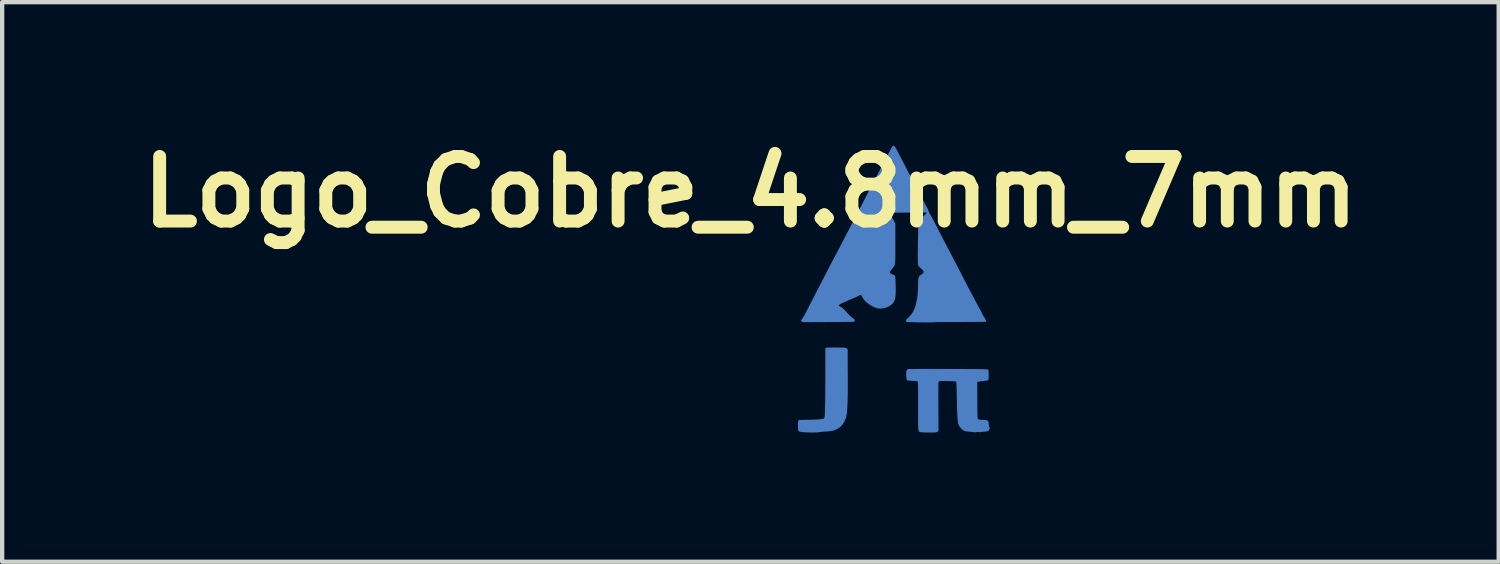
<source format=kicad_pcb>
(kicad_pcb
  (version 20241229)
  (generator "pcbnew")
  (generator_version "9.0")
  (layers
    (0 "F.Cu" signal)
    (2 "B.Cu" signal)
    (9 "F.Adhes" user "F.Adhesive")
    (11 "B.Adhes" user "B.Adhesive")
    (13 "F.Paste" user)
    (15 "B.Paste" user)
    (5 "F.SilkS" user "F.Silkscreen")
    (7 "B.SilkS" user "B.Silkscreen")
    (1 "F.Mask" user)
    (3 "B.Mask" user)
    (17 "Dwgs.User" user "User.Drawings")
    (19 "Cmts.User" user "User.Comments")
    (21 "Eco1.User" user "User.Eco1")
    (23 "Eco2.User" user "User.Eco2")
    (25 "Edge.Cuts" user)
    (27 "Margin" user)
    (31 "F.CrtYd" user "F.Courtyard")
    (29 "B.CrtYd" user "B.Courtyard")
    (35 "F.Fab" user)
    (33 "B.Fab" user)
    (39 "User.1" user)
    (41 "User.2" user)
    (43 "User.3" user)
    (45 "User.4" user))
  (footprint "Logo_Cobre_4.8mm_7mm"
    (layer "F.Cu")
    (at 17.673 3.69)
    (property "Reference" "Logo_Cobre_4.8mm_7mm" (at -3.302 -2.286 0) (layer "F.SilkS") (effects (font (size 1.5 1.5) (thickness 0.3))))
    (attr board_only exclude_from_pos_files exclude_from_bom)
    (fp_poly (pts (xy -1.32 1.327) (xy -1.299 1.327) (xy -1.233 1.328) (xy -1.181 1.329) (xy -1.142 1.33) (xy -1.114 1.332) (xy -1.095 1.334) (xy -1.081 1.337) (xy -1.073 1.34) (xy -1.066 1.345) (xy -1.063 1.348) (xy -1.044 1.367) (xy -1.042 1.889) (xy -1.041 2.048) (xy -1.041 2.192) (xy -1.041 2.32) (xy -1.043 2.434) (xy -1.044 2.535) (xy -1.047 2.624) (xy -1.051 2.701) (xy -1.055 2.768) (xy -1.06 2.826) (xy -1.066 2.874) (xy -1.073 2.915) (xy -1.081 2.949) (xy -1.09 2.978) (xy -1.093 2.985) (xy -1.13 3.064) (xy -1.173 3.128) (xy -1.224 3.178) (xy -1.283 3.218) (xy -1.354 3.248) (xy -1.396 3.26) (xy -1.43 3.267) (xy -1.476 3.273) (xy -1.529 3.278) (xy -1.58 3.281) (xy -1.625 3.284) (xy -1.663 3.287) (xy -1.692 3.29) (xy -1.708 3.293) (xy -1.711 3.294) (xy -1.721 3.297) (xy -1.744 3.299) (xy -1.779 3.3) (xy -1.823 3.301) (xy -1.872 3.301) (xy -1.924 3.3) (xy -1.976 3.298) (xy -2.024 3.297) (xy -2.067 3.294) (xy -2.102 3.292) (xy -2.123 3.289) (xy -2.152 3.282) (xy -2.175 3.275) (xy -2.187 3.268) (xy -2.187 3.268) (xy -2.191 3.252) (xy -2.195 3.224) (xy -2.197 3.187) (xy -2.199 3.147) (xy -2.198 3.108) (xy -2.197 3.074) (xy -2.193 3.049) (xy -2.193 3.046) (xy -2.182 3.01) (xy -1.933 3.005) (xy -1.847 3.003) (xy -1.776 3) (xy -1.719 2.997) (xy -1.674 2.993) (xy -1.64 2.988) (xy -1.615 2.982) (xy -1.598 2.975) (xy -1.588 2.968) (xy -1.584 2.959) (xy -1.581 2.939) (xy -1.577 2.908) (xy -1.574 2.865) (xy -1.572 2.81) (xy -1.57 2.743) (xy -1.568 2.662) (xy -1.566 2.567) (xy -1.565 2.457) (xy -1.564 2.333) (xy -1.563 2.194) (xy -1.563 2.038) (xy -1.563 1.944) (xy -1.562 1.342) (xy -1.539 1.334) (xy -1.523 1.331) (xy -1.492 1.329) (xy -1.446 1.328) (xy -1.389 1.327)) (stroke (width 0) (type solid)) (fill yes) (layer "B.Cu"))
    (fp_poly (pts (xy 1.04 1.825) (xy 1.159 1.825) (xy 1.281 1.826) (xy 1.284 1.826) (xy 1.433 1.826) (xy 1.566 1.827) (xy 1.684 1.827) (xy 1.788 1.828) (xy 1.878 1.828) (xy 1.955 1.829) (xy 2.02 1.83) (xy 2.074 1.831) (xy 2.118 1.832) (xy 2.152 1.833) (xy 2.178 1.835) (xy 2.196 1.836) (xy 2.206 1.838) (xy 2.21 1.839) (xy 2.218 1.844) (xy 2.223 1.852) (xy 2.227 1.864) (xy 2.228 1.884) (xy 2.229 1.915) (xy 2.229 1.96) (xy 2.229 1.963) (xy 2.229 2.011) (xy 2.227 2.046) (xy 2.225 2.068) (xy 2.22 2.081) (xy 2.217 2.085) (xy 2.204 2.09) (xy 2.178 2.096) (xy 2.145 2.101) (xy 2.126 2.104) (xy 2.07 2.11) (xy 2.029 2.115) (xy 1.999 2.119) (xy 1.981 2.123) (xy 1.97 2.127) (xy 1.965 2.132) (xy 1.964 2.138) (xy 1.964 2.138) (xy 1.964 2.15) (xy 1.964 2.176) (xy 1.965 2.216) (xy 1.965 2.268) (xy 1.965 2.329) (xy 1.965 2.399) (xy 1.966 2.476) (xy 1.966 2.558) (xy 1.966 2.561) (xy 1.966 2.658) (xy 1.967 2.739) (xy 1.968 2.806) (xy 1.969 2.859) (xy 1.97 2.902) (xy 1.971 2.934) (xy 1.973 2.957) (xy 1.975 2.973) (xy 1.978 2.982) (xy 1.979 2.985) (xy 1.987 2.993) (xy 1.999 2.998) (xy 2.02 3.001) (xy 2.051 3.004) (xy 2.087 3.006) (xy 2.138 3.009) (xy 2.176 3.014) (xy 2.201 3.022) (xy 2.216 3.036) (xy 2.225 3.056) (xy 2.229 3.084) (xy 2.231 3.105) (xy 2.234 3.142) (xy 2.239 3.165) (xy 2.244 3.173) (xy 2.254 3.184) (xy 2.254 3.203) (xy 2.247 3.227) (xy 2.233 3.249) (xy 2.231 3.251) (xy 2.22 3.262) (xy 2.209 3.27) (xy 2.193 3.275) (xy 2.169 3.278) (xy 2.134 3.281) (xy 2.117 3.282) (xy 2.08 3.285) (xy 2.049 3.288) (xy 2.028 3.292) (xy 2.021 3.295) (xy 2.012 3.297) (xy 2.005 3.293) (xy 1.987 3.287) (xy 1.97 3.288) (xy 1.938 3.294) (xy 1.909 3.297) (xy 1.886 3.296) (xy 1.879 3.293) (xy 1.867 3.29) (xy 1.843 3.287) (xy 1.809 3.284) (xy 1.779 3.281) (xy 1.731 3.278) (xy 1.696 3.272) (xy 1.67 3.265) (xy 1.651 3.257) (xy 1.611 3.229) (xy 1.573 3.189) (xy 1.542 3.145) (xy 1.53 3.119) (xy 1.523 3.097) (xy 1.517 3.067) (xy 1.512 3.027) (xy 1.507 2.977) (xy 1.503 2.916) (xy 1.499 2.842) (xy 1.496 2.755) (xy 1.493 2.653) (xy 1.491 2.537) (xy 1.489 2.456) (xy 1.488 2.367) (xy 1.486 2.294) (xy 1.484 2.235) (xy 1.482 2.19) (xy 1.48 2.156) (xy 1.478 2.134) (xy 1.476 2.121) (xy 1.473 2.116) (xy 1.462 2.115) (xy 1.436 2.113) (xy 1.399 2.111) (xy 1.353 2.109) (xy 1.3 2.108) (xy 1.278 2.107) (xy 1.216 2.105) (xy 1.17 2.104) (xy 1.135 2.105) (xy 1.111 2.106) (xy 1.094 2.108) (xy 1.084 2.111) (xy 1.077 2.115) (xy 1.073 2.118) (xy 1.07 2.122) (xy 1.068 2.129) (xy 1.066 2.138) (xy 1.064 2.153) (xy 1.063 2.174) (xy 1.062 2.201) (xy 1.062 2.237) (xy 1.061 2.283) (xy 1.061 2.339) (xy 1.061 2.408) (xy 1.061 2.49) (xy 1.062 2.586) (xy 1.062 2.697) (xy 1.065 3.266) (xy 1.04 3.284) (xy 1.031 3.29) (xy 1.021 3.294) (xy 1.007 3.297) (xy 0.987 3.299) (xy 0.959 3.301) (xy 0.92 3.301) (xy 0.868 3.301) (xy 0.835 3.301) (xy 0.763 3.3) (xy 0.707 3.298) (xy 0.667 3.296) (xy 0.643 3.292) (xy 0.636 3.29) (xy 0.627 3.285) (xy 0.62 3.281) (xy 0.613 3.277) (xy 0.608 3.27) (xy 0.603 3.261) (xy 0.6 3.247) (xy 0.597 3.228) (xy 0.595 3.202) (xy 0.593 3.168) (xy 0.592 3.124) (xy 0.592 3.071) (xy 0.591 3.006) (xy 0.591 2.927) (xy 0.591 2.835) (xy 0.591 2.728) (xy 0.591 2.693) (xy 0.591 2.58) (xy 0.591 2.482) (xy 0.591 2.399) (xy 0.59 2.329) (xy 0.59 2.272) (xy 0.589 2.225) (xy 0.588 2.189) (xy 0.587 2.161) (xy 0.585 2.142) (xy 0.583 2.128) (xy 0.581 2.12) (xy 0.579 2.117) (xy 0.568 2.111) (xy 0.546 2.107) (xy 0.511 2.104) (xy 0.462 2.101) (xy 0.456 2.101) (xy 0.405 2.098) (xy 0.369 2.095) (xy 0.346 2.091) (xy 0.334 2.086) (xy 0.333 2.085) (xy 0.326 2.069) (xy 0.32 2.038) (xy 0.316 1.991) (xy 0.316 1.984) (xy 0.314 1.925) (xy 0.318 1.881) (xy 0.329 1.85) (xy 0.345 1.833) (xy 0.356 1.828) (xy 0.367 1.828) (xy 0.394 1.827) (xy 0.435 1.827) (xy 0.49 1.826) (xy 0.557 1.826) (xy 0.636 1.825) (xy 0.725 1.825) (xy 0.822 1.825) (xy 0.928 1.825)) (stroke (width 0) (type solid)) (fill yes) (layer "B.Cu"))
    (fp_poly (pts (xy 0.034 -3.354) (xy 0.051 -3.336) (xy 0.072 -3.305) (xy 0.097 -3.261) (xy 0.128 -3.201) (xy 0.137 -3.183) (xy 0.167 -3.125) (xy 0.202 -3.058) (xy 0.237 -2.99) (xy 0.269 -2.928) (xy 0.281 -2.905) (xy 0.308 -2.852) (xy 0.34 -2.789) (xy 0.375 -2.722) (xy 0.409 -2.656) (xy 0.439 -2.597) (xy 0.464 -2.547) (xy 0.487 -2.503) (xy 0.507 -2.466) (xy 0.521 -2.438) (xy 0.53 -2.422) (xy 0.532 -2.419) (xy 0.538 -2.409) (xy 0.55 -2.387) (xy 0.567 -2.355) (xy 0.586 -2.318) (xy 0.593 -2.305) (xy 0.615 -2.264) (xy 0.636 -2.224) (xy 0.653 -2.191) (xy 0.666 -2.169) (xy 0.667 -2.166) (xy 0.679 -2.145) (xy 0.696 -2.114) (xy 0.716 -2.076) (xy 0.737 -2.036) (xy 0.737 -2.035) (xy 0.757 -1.996) (xy 0.776 -1.961) (xy 0.792 -1.934) (xy 0.801 -1.917) (xy 0.802 -1.917) (xy 0.825 -1.873) (xy 0.84 -1.825) (xy 0.841 -1.821) (xy 0.849 -1.799) (xy 0.863 -1.774) (xy 0.869 -1.766) (xy 0.879 -1.75) (xy 0.896 -1.722) (xy 0.917 -1.683) (xy 0.943 -1.636) (xy 0.97 -1.583) (xy 0.999 -1.528) (xy 1.045 -1.438) (xy 1.086 -1.358) (xy 1.124 -1.284) (xy 1.162 -1.211) (xy 1.201 -1.134) (xy 1.246 -1.049) (xy 1.259 -1.024) (xy 1.291 -0.964) (xy 1.318 -0.912) (xy 1.342 -0.865) (xy 1.365 -0.822) (xy 1.387 -0.779) (xy 1.41 -0.735) (xy 1.435 -0.688) (xy 1.463 -0.634) (xy 1.495 -0.572) (xy 1.533 -0.499) (xy 1.571 -0.426) (xy 1.591 -0.387) (xy 1.61 -0.35) (xy 1.625 -0.32) (xy 1.635 -0.301) (xy 1.636 -0.3) (xy 1.647 -0.276) (xy 1.657 -0.258) (xy 1.664 -0.244) (xy 1.678 -0.219) (xy 1.695 -0.185) (xy 1.715 -0.147) (xy 1.717 -0.144) (xy 1.739 -0.1) (xy 1.762 -0.057) (xy 1.782 -0.018) (xy 1.796 0.008) (xy 1.826 0.064) (xy 1.862 0.132) (xy 1.903 0.21) (xy 1.947 0.294) (xy 1.953 0.305) (xy 1.974 0.344) (xy 1.994 0.381) (xy 2.01 0.411) (xy 2.02 0.428) (xy 2.034 0.451) (xy 2.051 0.484) (xy 2.068 0.519) (xy 2.071 0.525) (xy 2.09 0.564) (xy 2.113 0.605) (xy 2.135 0.639) (xy 2.136 0.641) (xy 2.158 0.678) (xy 2.169 0.704) (xy 2.167 0.722) (xy 2.157 0.73) (xy 2.146 0.73) (xy 2.12 0.731) (xy 2.08 0.732) (xy 2.028 0.733) (xy 1.964 0.733) (xy 1.89 0.734) (xy 1.808 0.734) (xy 1.718 0.734) (xy 1.623 0.735) (xy 1.566 0.735) (xy 1.469 0.735) (xy 1.376 0.735) (xy 1.289 0.735) (xy 1.209 0.736) (xy 1.139 0.737) (xy 1.078 0.737) (xy 1.03 0.738) (xy 0.995 0.739) (xy 0.974 0.74) (xy 0.97 0.741) (xy 0.957 0.742) (xy 0.929 0.743) (xy 0.889 0.744) (xy 0.838 0.744) (xy 0.777 0.744) (xy 0.71 0.744) (xy 0.639 0.743) (xy 0.636 0.743) (xy 0.546 0.742) (xy 0.472 0.74) (xy 0.413 0.738) (xy 0.368 0.736) (xy 0.337 0.734) (xy 0.319 0.731) (xy 0.312 0.729) (xy 0.305 0.711) (xy 0.314 0.687) (xy 0.338 0.657) (xy 0.364 0.633) (xy 0.418 0.577) (xy 0.466 0.509) (xy 0.505 0.435) (xy 0.531 0.36) (xy 0.536 0.339) (xy 0.544 0.303) (xy 0.552 0.268) (xy 0.557 0.247) (xy 0.568 0.193) (xy 0.577 0.126) (xy 0.584 0.05) (xy 0.589 -0.031) (xy 0.591 -0.113) (xy 0.591 -0.124) (xy 0.592 -0.188) (xy 0.593 -0.237) (xy 0.597 -0.274) (xy 0.604 -0.302) (xy 0.615 -0.323) (xy 0.629 -0.34) (xy 0.648 -0.354) (xy 0.656 -0.36) (xy 0.687 -0.38) (xy 0.705 -0.395) (xy 0.715 -0.41) (xy 0.718 -0.426) (xy 0.718 -0.431) (xy 0.715 -0.445) (xy 0.705 -0.461) (xy 0.687 -0.482) (xy 0.659 -0.507) (xy 0.633 -0.531) (xy 0.611 -0.553) (xy 0.597 -0.568) (xy 0.594 -0.573) (xy 0.592 -0.586) (xy 0.589 -0.613) (xy 0.587 -0.649) (xy 0.585 -0.688) (xy 0.585 -0.713) (xy 0.584 -0.734) (xy 0.584 -0.752) (xy 0.584 -0.77) (xy 0.584 -0.79) (xy 0.584 -0.812) (xy 0.584 -0.84) (xy 0.584 -0.873) (xy 0.585 -0.915) (xy 0.586 -0.967) (xy 0.587 -1.03) (xy 0.588 -1.107) (xy 0.59 -1.199) (xy 0.59 -1.203) (xy 0.592 -1.296) (xy 0.593 -1.374) (xy 0.595 -1.439) (xy 0.598 -1.491) (xy 0.601 -1.534) (xy 0.606 -1.569) (xy 0.613 -1.597) (xy 0.623 -1.62) (xy 0.635 -1.64) (xy 0.65 -1.658) (xy 0.668 -1.677) (xy 0.691 -1.698) (xy 0.71 -1.715) (xy 0.74 -1.744) (xy 0.766 -1.77) (xy 0.783 -1.789) (xy 0.791 -1.8) (xy 0.791 -1.802) (xy 0.782 -1.805) (xy 0.757 -1.807) (xy 0.718 -1.808) (xy 0.667 -1.808) (xy 0.65 -1.808) (xy 0.608 -1.807) (xy 0.553 -1.806) (xy 0.487 -1.806) (xy 0.413 -1.805) (xy 0.335 -1.804) (xy 0.254 -1.804) (xy 0.186 -1.804) (xy 0.113 -1.803) (xy 0.045 -1.803) (xy -0.015 -1.802) (xy -0.067 -1.8) (xy -0.108 -1.799) (xy -0.136 -1.797) (xy -0.15 -1.796) (xy -0.15 -1.796) (xy -0.154 -1.786) (xy -0.143 -1.773) (xy -0.12 -1.756) (xy -0.086 -1.739) (xy -0.085 -1.739) (xy -0.049 -1.719) (xy -0.02 -1.695) (xy 0.005 -1.661) (xy 0.031 -1.615) (xy 0.032 -1.613) (xy 0.063 -1.55) (xy 0.063 -1.085) (xy 0.063 -0.981) (xy 0.063 -0.893) (xy 0.063 -0.819) (xy 0.062 -0.757) (xy 0.061 -0.706) (xy 0.059 -0.664) (xy 0.056 -0.631) (xy 0.051 -0.604) (xy 0.046 -0.582) (xy 0.038 -0.564) (xy 0.029 -0.548) (xy 0.017 -0.533) (xy 0.004 -0.517) (xy -0.012 -0.499) (xy -0.016 -0.494) (xy -0.037 -0.468) (xy -0.054 -0.445) (xy -0.063 -0.43) (xy -0.064 -0.428) (xy -0.062 -0.408) (xy -0.046 -0.39) (xy -0.019 -0.375) (xy -0.006 -0.371) (xy 0.021 -0.36) (xy 0.043 -0.346) (xy 0.046 -0.343) (xy 0.052 -0.337) (xy 0.057 -0.329) (xy 0.06 -0.317) (xy 0.063 -0.3) (xy 0.065 -0.275) (xy 0.067 -0.239) (xy 0.068 -0.192) (xy 0.07 -0.13) (xy 0.07 -0.123) (xy 0.072 -0.034) (xy 0.072 0.04) (xy 0.069 0.101) (xy 0.065 0.152) (xy 0.057 0.194) (xy 0.046 0.229) (xy 0.031 0.261) (xy 0.012 0.29) (xy -0.008 0.314) (xy -0.031 0.336) (xy -0.065 0.359) (xy -0.103 0.38) (xy -0.142 0.399) (xy -0.177 0.41) (xy -0.198 0.414) (xy -0.225 0.416) (xy -0.254 0.421) (xy -0.254 0.421) (xy -0.302 0.425) (xy -0.358 0.416) (xy -0.418 0.396) (xy -0.481 0.366) (xy -0.545 0.327) (xy -0.6 0.284) (xy -0.638 0.249) (xy -0.666 0.217) (xy -0.689 0.182) (xy -0.695 0.17) (xy -0.711 0.142) (xy -0.726 0.12) (xy -0.737 0.108) (xy -0.739 0.107) (xy -0.751 0.109) (xy -0.774 0.118) (xy -0.802 0.132) (xy -0.808 0.135) (xy -0.836 0.151) (xy -0.858 0.163) (xy -0.871 0.169) (xy -0.872 0.169) (xy -0.883 0.172) (xy -0.904 0.181) (xy -0.925 0.19) (xy -0.951 0.201) (xy -0.969 0.209) (xy -0.976 0.211) (xy -0.985 0.214) (xy -1.005 0.223) (xy -1.033 0.235) (xy -1.041 0.239) (xy -1.078 0.256) (xy -1.123 0.276) (xy -1.166 0.296) (xy -1.176 0.3) (xy -1.216 0.319) (xy -1.24 0.335) (xy -1.25 0.349) (xy -1.245 0.361) (xy -1.226 0.374) (xy -1.214 0.38) (xy -1.185 0.395) (xy -1.156 0.417) (xy -1.124 0.447) (xy -1.086 0.487) (xy -1.059 0.519) (xy -1.029 0.553) (xy -0.995 0.587) (xy -0.963 0.615) (xy -0.951 0.624) (xy -0.924 0.644) (xy -0.903 0.662) (xy -0.89 0.674) (xy -0.889 0.675) (xy -0.88 0.695) (xy -0.88 0.715) (xy -0.89 0.728) (xy -0.893 0.729) (xy -0.904 0.73) (xy -0.93 0.731) (xy -0.97 0.732) (xy -1.023 0.733) (xy -1.088 0.733) (xy -1.162 0.734) (xy -1.245 0.735) (xy -1.335 0.735) (xy -1.43 0.736) (xy -1.501 0.736) (xy -2.094 0.739) (xy -2.112 0.721) (xy -2.13 0.702) (xy -2.095 0.651) (xy -2.082 0.632) (xy -2.07 0.613) (xy -2.058 0.593) (xy -2.045 0.57) (xy -2.029 0.542) (xy -2.011 0.507) (xy -1.988 0.463) (xy -1.96 0.409) (xy -1.926 0.343) (xy -1.9 0.291) (xy -1.868 0.23) (xy -1.836 0.167) (xy -1.805 0.107) (xy -1.777 0.053) (xy -1.754 0.007) (xy -1.739 -0.021) (xy -1.713 -0.071) (xy -1.684 -0.127) (xy -1.656 -0.182) (xy -1.636 -0.22) (xy -1.604 -0.282) (xy -1.569 -0.351) (xy -1.531 -0.423) (xy -1.492 -0.497) (xy -1.454 -0.571) (xy -1.418 -0.64) (xy -1.384 -0.705) (xy -1.355 -0.761) (xy -1.331 -0.806) (xy -1.315 -0.836) (xy -1.298 -0.868) (xy -1.275 -0.91) (xy -1.251 -0.957) (xy -1.227 -1.002) (xy -1.226 -1.005) (xy -1.2 -1.055) (xy -1.171 -1.111) (xy -1.142 -1.166) (xy -1.121 -1.208) (xy -1.095 -1.257) (xy -1.066 -1.313) (xy -1.037 -1.369) (xy -1.02 -1.402) (xy -0.995 -1.449) (xy -0.968 -1.502) (xy -0.942 -1.552) (xy -0.926 -1.583) (xy -0.869 -1.693) (xy -0.818 -1.79) (xy -0.774 -1.876) (xy -0.734 -1.952) (xy -0.699 -2.02) (xy -0.666 -2.084) (xy -0.65 -2.115) (xy -0.624 -2.166) (xy -0.598 -2.217) (xy -0.573 -2.264) (xy -0.553 -2.303) (xy -0.54 -2.326) (xy -0.521 -2.362) (xy -0.498 -2.406) (xy -0.473 -2.453) (xy -0.454 -2.491) (xy -0.428 -2.54) (xy -0.4 -2.595) (xy -0.372 -2.648) (xy -0.355 -2.681) (xy -0.314 -2.759) (xy -0.28 -2.824) (xy -0.252 -2.879) (xy -0.228 -2.925) (xy -0.207 -2.964) (xy -0.189 -3) (xy -0.171 -3.033) (xy -0.156 -3.061) (xy -0.131 -3.108) (xy -0.103 -3.162) (xy -0.075 -3.216) (xy -0.055 -3.255) (xy -0.033 -3.298) (xy -0.014 -3.33) (xy 0.002 -3.35) (xy 0.018 -3.358)) (stroke (width 0) (type solid)) (fill yes) (layer "B.Cu")))
  (gr_rect
    (start -3 -3)
    (end 31.743 9.991)
    (stroke (width 0.1) (type default))
    (fill no)
    (layer "Edge.Cuts")))
</source>
